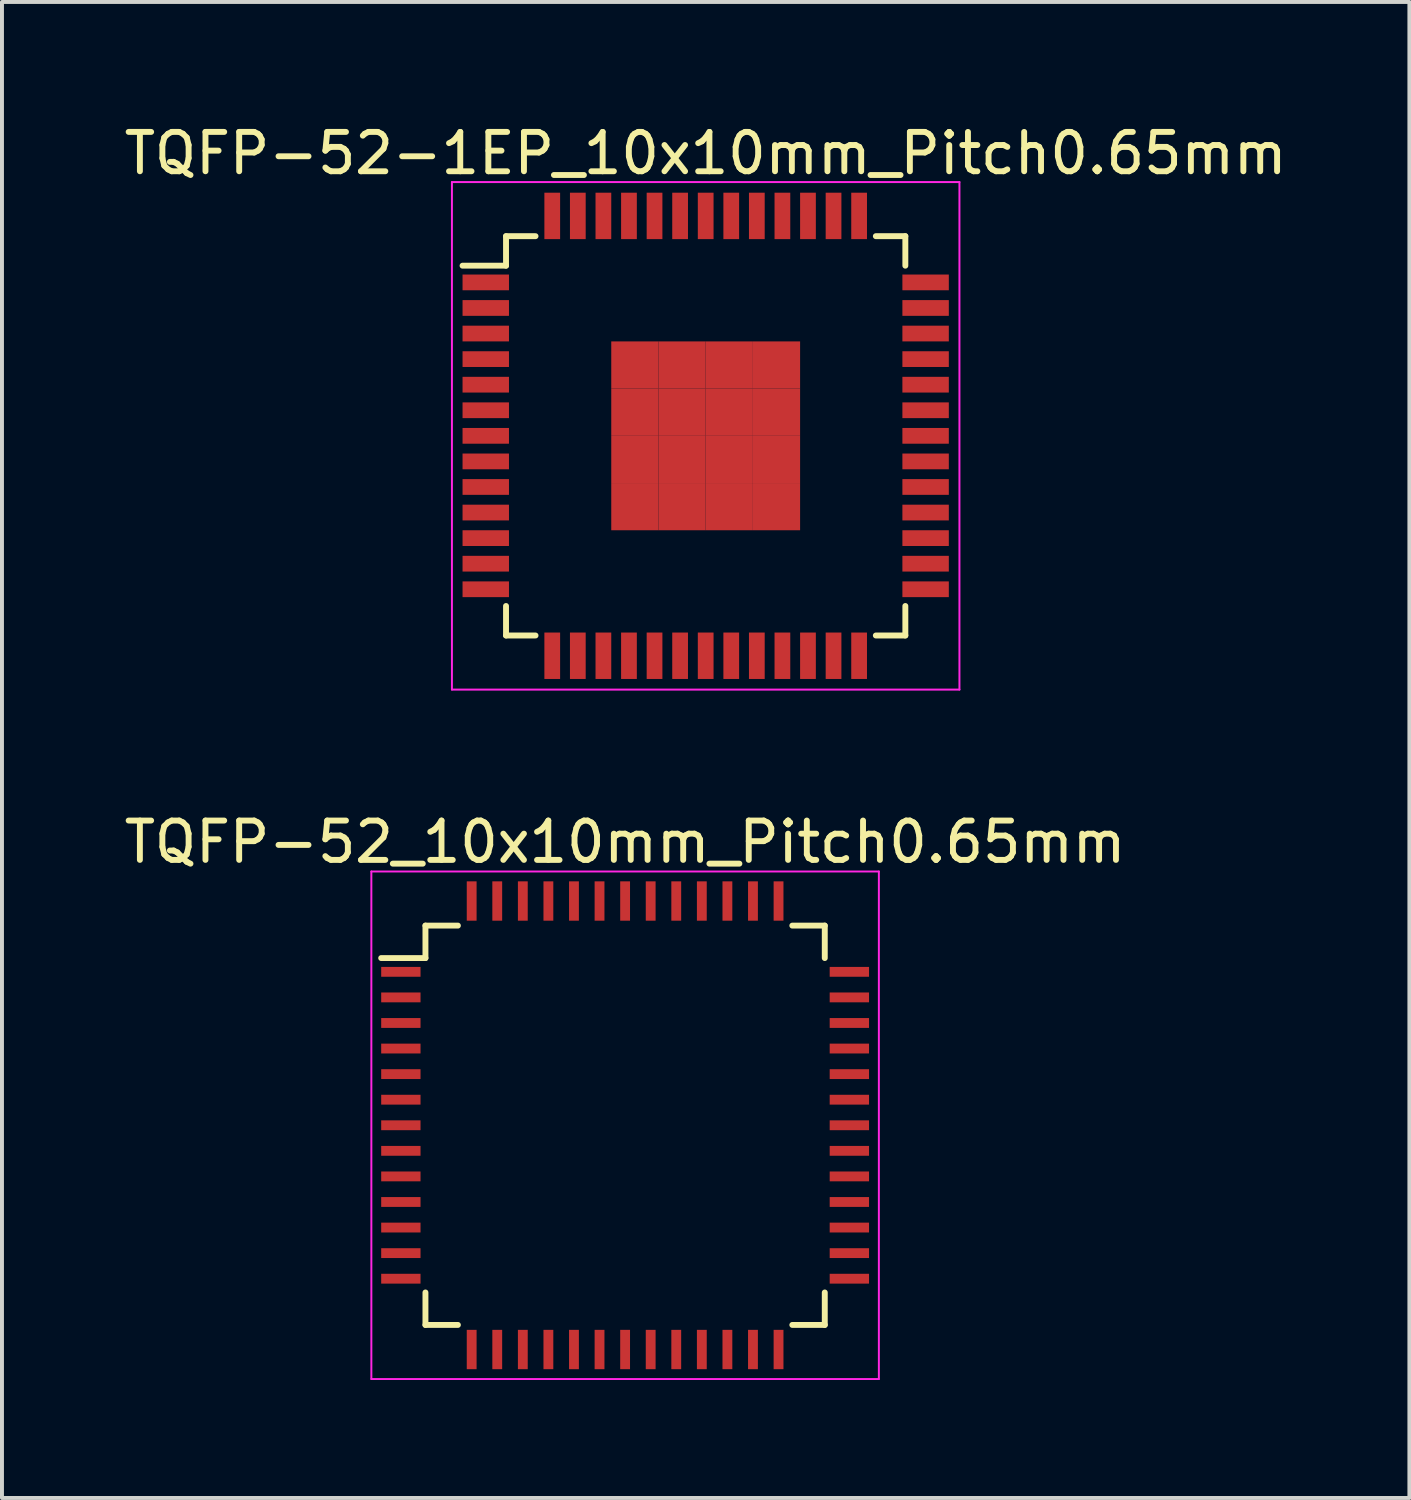
<source format=kicad_pcb>
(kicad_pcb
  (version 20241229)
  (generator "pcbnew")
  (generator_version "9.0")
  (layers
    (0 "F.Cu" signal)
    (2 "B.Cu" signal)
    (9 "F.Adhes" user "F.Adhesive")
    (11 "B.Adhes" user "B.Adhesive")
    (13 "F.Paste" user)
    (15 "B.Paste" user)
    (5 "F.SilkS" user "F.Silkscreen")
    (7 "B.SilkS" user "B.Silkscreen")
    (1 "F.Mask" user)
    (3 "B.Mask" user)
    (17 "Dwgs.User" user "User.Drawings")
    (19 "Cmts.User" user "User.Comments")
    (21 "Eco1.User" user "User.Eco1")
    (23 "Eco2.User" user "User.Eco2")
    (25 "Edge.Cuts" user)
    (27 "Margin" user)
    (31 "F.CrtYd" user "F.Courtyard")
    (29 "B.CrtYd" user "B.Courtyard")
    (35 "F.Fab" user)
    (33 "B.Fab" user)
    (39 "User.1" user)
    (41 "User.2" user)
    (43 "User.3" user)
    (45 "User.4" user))
  (footprint "TQFP-52_10x10mm_Pitch0.65mm"
    (layer "F.Cu")
    (at 12.839 25.552)
    (property "Reference" "TQFP-52_10x10mm_Pitch0.65mm" (at 0 -7.2 0) (layer "F.SilkS") (effects (font (size 1 1) (thickness 0.15))))
    (attr smd)
    (fp_line (start -5.075 -5.075) (end -5.075 -4.25) (stroke (width 0.15) (type solid)) (layer "F.SilkS"))
    (fp_line (start -5.075 -5.075) (end -4.25 -5.075) (stroke (width 0.15) (type solid)) (layer "F.SilkS"))
    (fp_line (start -5.075 -4.25) (end -6.2 -4.25) (stroke (width 0.15) (type solid)) (layer "F.SilkS"))
    (fp_line (start -5.075 5.075) (end -5.075 4.25) (stroke (width 0.15) (type solid)) (layer "F.SilkS"))
    (fp_line (start -5.075 5.075) (end -4.25 5.075) (stroke (width 0.15) (type solid)) (layer "F.SilkS"))
    (fp_line (start 5.075 -5.075) (end 4.25 -5.075) (stroke (width 0.15) (type solid)) (layer "F.SilkS"))
    (fp_line (start 5.075 -5.075) (end 5.075 -4.25) (stroke (width 0.15) (type solid)) (layer "F.SilkS"))
    (fp_line (start 5.075 5.075) (end 4.25 5.075) (stroke (width 0.15) (type solid)) (layer "F.SilkS"))
    (fp_line (start 5.075 5.075) (end 5.075 4.25) (stroke (width 0.15) (type solid)) (layer "F.SilkS"))
    (fp_line (start -6.45 -6.45) (end -6.45 6.45) (stroke (width 0.05) (type solid)) (layer "F.CrtYd"))
    (fp_line (start -6.45 -6.45) (end 6.45 -6.45) (stroke (width 0.05) (type solid)) (layer "F.CrtYd"))
    (fp_line (start -6.45 6.45) (end 6.45 6.45) (stroke (width 0.05) (type solid)) (layer "F.CrtYd"))
    (fp_line (start 6.45 -6.45) (end 6.45 6.45) (stroke (width 0.05) (type solid)) (layer "F.CrtYd"))
    (pad "1" smd rect (at -5.7 -3.9) (size 1 0.25) (layers "F.Cu" "F.Mask" "F.Paste"))
    (pad "2" smd rect (at -5.7 -3.25) (size 1 0.25) (layers "F.Cu" "F.Mask" "F.Paste"))
    (pad "3" smd rect (at -5.7 -2.6) (size 1 0.25) (layers "F.Cu" "F.Mask" "F.Paste"))
    (pad "4" smd rect (at -5.7 -1.95) (size 1 0.25) (layers "F.Cu" "F.Mask" "F.Paste"))
    (pad "5" smd rect (at -5.7 -1.3) (size 1 0.25) (layers "F.Cu" "F.Mask" "F.Paste"))
    (pad "6" smd rect (at -5.7 -0.65) (size 1 0.25) (layers "F.Cu" "F.Mask" "F.Paste"))
    (pad "7" smd rect (at -5.7 0) (size 1 0.25) (layers "F.Cu" "F.Mask" "F.Paste"))
    (pad "8" smd rect (at -5.7 0.65) (size 1 0.25) (layers "F.Cu" "F.Mask" "F.Paste"))
    (pad "9" smd rect (at -5.7 1.3) (size 1 0.25) (layers "F.Cu" "F.Mask" "F.Paste"))
    (pad "10" smd rect (at -5.7 1.95) (size 1 0.25) (layers "F.Cu" "F.Mask" "F.Paste"))
    (pad "11" smd rect (at -5.7 2.6) (size 1 0.25) (layers "F.Cu" "F.Mask" "F.Paste"))
    (pad "12" smd rect (at -5.7 3.25) (size 1 0.25) (layers "F.Cu" "F.Mask" "F.Paste"))
    (pad "13" smd rect (at -5.7 3.9) (size 1 0.25) (layers "F.Cu" "F.Mask" "F.Paste"))
    (pad "14" smd rect (at -3.9 5.7 90) (size 1 0.25) (layers "F.Cu" "F.Mask" "F.Paste"))
    (pad "15" smd rect (at -3.25 5.7 90) (size 1 0.25) (layers "F.Cu" "F.Mask" "F.Paste"))
    (pad "16" smd rect (at -2.6 5.7 90) (size 1 0.25) (layers "F.Cu" "F.Mask" "F.Paste"))
    (pad "17" smd rect (at -1.95 5.7 90) (size 1 0.25) (layers "F.Cu" "F.Mask" "F.Paste"))
    (pad "18" smd rect (at -1.3 5.7 90) (size 1 0.25) (layers "F.Cu" "F.Mask" "F.Paste"))
    (pad "19" smd rect (at -0.65 5.7 90) (size 1 0.25) (layers "F.Cu" "F.Mask" "F.Paste"))
    (pad "20" smd rect (at 0 5.7 90) (size 1 0.25) (layers "F.Cu" "F.Mask" "F.Paste"))
    (pad "21" smd rect (at 0.65 5.7 90) (size 1 0.25) (layers "F.Cu" "F.Mask" "F.Paste"))
    (pad "22" smd rect (at 1.3 5.7 90) (size 1 0.25) (layers "F.Cu" "F.Mask" "F.Paste"))
    (pad "23" smd rect (at 1.95 5.7 90) (size 1 0.25) (layers "F.Cu" "F.Mask" "F.Paste"))
    (pad "24" smd rect (at 2.6 5.7 90) (size 1 0.25) (layers "F.Cu" "F.Mask" "F.Paste"))
    (pad "25" smd rect (at 3.25 5.7 90) (size 1 0.25) (layers "F.Cu" "F.Mask" "F.Paste"))
    (pad "26" smd rect (at 3.9 5.7 90) (size 1 0.25) (layers "F.Cu" "F.Mask" "F.Paste"))
    (pad "27" smd rect (at 5.7 3.9) (size 1 0.25) (layers "F.Cu" "F.Mask" "F.Paste"))
    (pad "28" smd rect (at 5.7 3.25) (size 1 0.25) (layers "F.Cu" "F.Mask" "F.Paste"))
    (pad "29" smd rect (at 5.7 2.6) (size 1 0.25) (layers "F.Cu" "F.Mask" "F.Paste"))
    (pad "30" smd rect (at 5.7 1.95) (size 1 0.25) (layers "F.Cu" "F.Mask" "F.Paste"))
    (pad "31" smd rect (at 5.7 1.3) (size 1 0.25) (layers "F.Cu" "F.Mask" "F.Paste"))
    (pad "32" smd rect (at 5.7 0.65) (size 1 0.25) (layers "F.Cu" "F.Mask" "F.Paste"))
    (pad "33" smd rect (at 5.7 0) (size 1 0.25) (layers "F.Cu" "F.Mask" "F.Paste"))
    (pad "34" smd rect (at 5.7 -0.65) (size 1 0.25) (layers "F.Cu" "F.Mask" "F.Paste"))
    (pad "35" smd rect (at 5.7 -1.3) (size 1 0.25) (layers "F.Cu" "F.Mask" "F.Paste"))
    (pad "36" smd rect (at 5.7 -1.95) (size 1 0.25) (layers "F.Cu" "F.Mask" "F.Paste"))
    (pad "37" smd rect (at 5.7 -2.6) (size 1 0.25) (layers "F.Cu" "F.Mask" "F.Paste"))
    (pad "38" smd rect (at 5.7 -3.25) (size 1 0.25) (layers "F.Cu" "F.Mask" "F.Paste"))
    (pad "39" smd rect (at 5.7 -3.9) (size 1 0.25) (layers "F.Cu" "F.Mask" "F.Paste"))
    (pad "40" smd rect (at 3.9 -5.7 90) (size 1 0.25) (layers "F.Cu" "F.Mask" "F.Paste"))
    (pad "41" smd rect (at 3.25 -5.7 90) (size 1 0.25) (layers "F.Cu" "F.Mask" "F.Paste"))
    (pad "42" smd rect (at 2.6 -5.7 90) (size 1 0.25) (layers "F.Cu" "F.Mask" "F.Paste"))
    (pad "43" smd rect (at 1.95 -5.7 90) (size 1 0.25) (layers "F.Cu" "F.Mask" "F.Paste"))
    (pad "44" smd rect (at 1.3 -5.7 90) (size 1 0.25) (layers "F.Cu" "F.Mask" "F.Paste"))
    (pad "45" smd rect (at 0.65 -5.7 90) (size 1 0.25) (layers "F.Cu" "F.Mask" "F.Paste"))
    (pad "46" smd rect (at 0 -5.7 90) (size 1 0.25) (layers "F.Cu" "F.Mask" "F.Paste"))
    (pad "47" smd rect (at -0.65 -5.7 90) (size 1 0.25) (layers "F.Cu" "F.Mask" "F.Paste"))
    (pad "48" smd rect (at -1.3 -5.7 90) (size 1 0.25) (layers "F.Cu" "F.Mask" "F.Paste"))
    (pad "49" smd rect (at -1.95 -5.7 90) (size 1 0.25) (layers "F.Cu" "F.Mask" "F.Paste"))
    (pad "50" smd rect (at -2.6 -5.7 90) (size 1 0.25) (layers "F.Cu" "F.Mask" "F.Paste"))
    (pad "51" smd rect (at -3.25 -5.7 90) (size 1 0.25) (layers "F.Cu" "F.Mask" "F.Paste"))
    (pad "52" smd rect (at -3.9 -5.7 90) (size 1 0.25) (layers "F.Cu" "F.Mask" "F.Paste")))
  (footprint "TQFP-52-1EP_10x10mm_Pitch0.65mm"
    (layer "F.Cu")
    (at 14.887 8.028)
    (property "Reference" "TQFP-52-1EP_10x10mm_Pitch0.65mm" (at 0 -7.18 0) (layer "F.SilkS") (effects (font (size 1 1) (thickness 0.15))))
    (attr smd)
    (fp_line (start -5.075 -5.075) (end -5.075 -4.325) (stroke (width 0.15) (type solid)) (layer "F.SilkS"))
    (fp_line (start -5.075 -5.075) (end -4.325 -5.075) (stroke (width 0.15) (type solid)) (layer "F.SilkS"))
    (fp_line (start -5.075 -4.325) (end -6.18 -4.325) (stroke (width 0.15) (type solid)) (layer "F.SilkS"))
    (fp_line (start -5.075 5.075) (end -5.075 4.325) (stroke (width 0.15) (type solid)) (layer "F.SilkS"))
    (fp_line (start -5.075 5.075) (end -4.325 5.075) (stroke (width 0.15) (type solid)) (layer "F.SilkS"))
    (fp_line (start 5.075 -5.075) (end 4.325 -5.075) (stroke (width 0.15) (type solid)) (layer "F.SilkS"))
    (fp_line (start 5.075 -5.075) (end 5.075 -4.325) (stroke (width 0.15) (type solid)) (layer "F.SilkS"))
    (fp_line (start 5.075 5.075) (end 4.325 5.075) (stroke (width 0.15) (type solid)) (layer "F.SilkS"))
    (fp_line (start 5.075 5.075) (end 5.075 4.325) (stroke (width 0.15) (type solid)) (layer "F.SilkS"))
    (fp_line (start -6.45 -6.45) (end -6.45 6.45) (stroke (width 0.05) (type solid)) (layer "F.CrtYd"))
    (fp_line (start -6.45 -6.45) (end 6.45 -6.45) (stroke (width 0.05) (type solid)) (layer "F.CrtYd"))
    (fp_line (start -6.45 6.45) (end 6.45 6.45) (stroke (width 0.05) (type solid)) (layer "F.CrtYd"))
    (fp_line (start 6.45 -6.45) (end 6.45 6.45) (stroke (width 0.05) (type solid)) (layer "F.CrtYd"))
    (pad "1" smd rect (at -5.59 -3.9) (size 1.18 0.4) (layers "F.Cu" "F.Mask" "F.Paste"))
    (pad "2" smd rect (at -5.59 -3.25) (size 1.18 0.4) (layers "F.Cu" "F.Mask" "F.Paste"))
    (pad "3" smd rect (at -5.59 -2.6) (size 1.18 0.4) (layers "F.Cu" "F.Mask" "F.Paste"))
    (pad "4" smd rect (at -5.59 -1.95) (size 1.18 0.4) (layers "F.Cu" "F.Mask" "F.Paste"))
    (pad "5" smd rect (at -5.59 -1.3) (size 1.18 0.4) (layers "F.Cu" "F.Mask" "F.Paste"))
    (pad "6" smd rect (at -5.59 -0.65) (size 1.18 0.4) (layers "F.Cu" "F.Mask" "F.Paste"))
    (pad "7" smd rect (at -5.59 0) (size 1.18 0.4) (layers "F.Cu" "F.Mask" "F.Paste"))
    (pad "8" smd rect (at -5.59 0.65) (size 1.18 0.4) (layers "F.Cu" "F.Mask" "F.Paste"))
    (pad "9" smd rect (at -5.59 1.3) (size 1.18 0.4) (layers "F.Cu" "F.Mask" "F.Paste"))
    (pad "10" smd rect (at -5.59 1.95) (size 1.18 0.4) (layers "F.Cu" "F.Mask" "F.Paste"))
    (pad "11" smd rect (at -5.59 2.6) (size 1.18 0.4) (layers "F.Cu" "F.Mask" "F.Paste"))
    (pad "12" smd rect (at -5.59 3.25) (size 1.18 0.4) (layers "F.Cu" "F.Mask" "F.Paste"))
    (pad "13" smd rect (at -5.59 3.9) (size 1.18 0.4) (layers "F.Cu" "F.Mask" "F.Paste"))
    (pad "14" smd rect (at -3.9 5.59 90) (size 1.18 0.4) (layers "F.Cu" "F.Mask" "F.Paste"))
    (pad "15" smd rect (at -3.25 5.59 90) (size 1.18 0.4) (layers "F.Cu" "F.Mask" "F.Paste"))
    (pad "16" smd rect (at -2.6 5.59 90) (size 1.18 0.4) (layers "F.Cu" "F.Mask" "F.Paste"))
    (pad "17" smd rect (at -1.95 5.59 90) (size 1.18 0.4) (layers "F.Cu" "F.Mask" "F.Paste"))
    (pad "18" smd rect (at -1.3 5.59 90) (size 1.18 0.4) (layers "F.Cu" "F.Mask" "F.Paste"))
    (pad "19" smd rect (at -0.65 5.59 90) (size 1.18 0.4) (layers "F.Cu" "F.Mask" "F.Paste"))
    (pad "20" smd rect (at 0 5.59 90) (size 1.18 0.4) (layers "F.Cu" "F.Mask" "F.Paste"))
    (pad "21" smd rect (at 0.65 5.59 90) (size 1.18 0.4) (layers "F.Cu" "F.Mask" "F.Paste"))
    (pad "22" smd rect (at 1.3 5.59 90) (size 1.18 0.4) (layers "F.Cu" "F.Mask" "F.Paste"))
    (pad "23" smd rect (at 1.95 5.59 90) (size 1.18 0.4) (layers "F.Cu" "F.Mask" "F.Paste"))
    (pad "24" smd rect (at 2.6 5.59 90) (size 1.18 0.4) (layers "F.Cu" "F.Mask" "F.Paste"))
    (pad "25" smd rect (at 3.25 5.59 90) (size 1.18 0.4) (layers "F.Cu" "F.Mask" "F.Paste"))
    (pad "26" smd rect (at 3.9 5.59 90) (size 1.18 0.4) (layers "F.Cu" "F.Mask" "F.Paste"))
    (pad "27" smd rect (at 5.59 3.9) (size 1.18 0.4) (layers "F.Cu" "F.Mask" "F.Paste"))
    (pad "28" smd rect (at 5.59 3.25) (size 1.18 0.4) (layers "F.Cu" "F.Mask" "F.Paste"))
    (pad "29" smd rect (at 5.59 2.6) (size 1.18 0.4) (layers "F.Cu" "F.Mask" "F.Paste"))
    (pad "30" smd rect (at 5.59 1.95) (size 1.18 0.4) (layers "F.Cu" "F.Mask" "F.Paste"))
    (pad "31" smd rect (at 5.59 1.3) (size 1.18 0.4) (layers "F.Cu" "F.Mask" "F.Paste"))
    (pad "32" smd rect (at 5.59 0.65) (size 1.18 0.4) (layers "F.Cu" "F.Mask" "F.Paste"))
    (pad "33" smd rect (at 5.59 0) (size 1.18 0.4) (layers "F.Cu" "F.Mask" "F.Paste"))
    (pad "34" smd rect (at 5.59 -0.65) (size 1.18 0.4) (layers "F.Cu" "F.Mask" "F.Paste"))
    (pad "35" smd rect (at 5.59 -1.3) (size 1.18 0.4) (layers "F.Cu" "F.Mask" "F.Paste"))
    (pad "36" smd rect (at 5.59 -1.95) (size 1.18 0.4) (layers "F.Cu" "F.Mask" "F.Paste"))
    (pad "37" smd rect (at 5.59 -2.6) (size 1.18 0.4) (layers "F.Cu" "F.Mask" "F.Paste"))
    (pad "38" smd rect (at 5.59 -3.25) (size 1.18 0.4) (layers "F.Cu" "F.Mask" "F.Paste"))
    (pad "39" smd rect (at 5.59 -3.9) (size 1.18 0.4) (layers "F.Cu" "F.Mask" "F.Paste"))
    (pad "40" smd rect (at 3.9 -5.59 90) (size 1.18 0.4) (layers "F.Cu" "F.Mask" "F.Paste"))
    (pad "41" smd rect (at 3.25 -5.59 90) (size 1.18 0.4) (layers "F.Cu" "F.Mask" "F.Paste"))
    (pad "42" smd rect (at 2.6 -5.59 90) (size 1.18 0.4) (layers "F.Cu" "F.Mask" "F.Paste"))
    (pad "43" smd rect (at 1.95 -5.59 90) (size 1.18 0.4) (layers "F.Cu" "F.Mask" "F.Paste"))
    (pad "44" smd rect (at 1.3 -5.59 90) (size 1.18 0.4) (layers "F.Cu" "F.Mask" "F.Paste"))
    (pad "45" smd rect (at 0.65 -5.59 90) (size 1.18 0.4) (layers "F.Cu" "F.Mask" "F.Paste"))
    (pad "46" smd rect (at 0 -5.59 90) (size 1.18 0.4) (layers "F.Cu" "F.Mask" "F.Paste"))
    (pad "47" smd rect (at -0.65 -5.59 90) (size 1.18 0.4) (layers "F.Cu" "F.Mask" "F.Paste"))
    (pad "48" smd rect (at -1.3 -5.59 90) (size 1.18 0.4) (layers "F.Cu" "F.Mask" "F.Paste"))
    (pad "49" smd rect (at -1.95 -5.59 90) (size 1.18 0.4) (layers "F.Cu" "F.Mask" "F.Paste"))
    (pad "50" smd rect (at -2.6 -5.59 90) (size 1.18 0.4) (layers "F.Cu" "F.Mask" "F.Paste"))
    (pad "51" smd rect (at -3.25 -5.59 90) (size 1.18 0.4) (layers "F.Cu" "F.Mask" "F.Paste"))
    (pad "52" smd rect (at -3.9 -5.59 90) (size 1.18 0.4) (layers "F.Cu" "F.Mask" "F.Paste"))
    (pad "53" smd rect (at -1.8 -1.8) (size 1.2 1.2) (layers "F.Cu" "F.Mask" "F.Paste"))
    (pad "53" smd rect (at -1.8 -0.6) (size 1.2 1.2) (layers "F.Cu" "F.Mask" "F.Paste"))
    (pad "53" smd rect (at -1.8 0.6) (size 1.2 1.2) (layers "F.Cu" "F.Mask" "F.Paste"))
    (pad "53" smd rect (at -1.8 1.8) (size 1.2 1.2) (layers "F.Cu" "F.Mask" "F.Paste"))
    (pad "53" smd rect (at -0.6 -1.8) (size 1.2 1.2) (layers "F.Cu" "F.Mask" "F.Paste"))
    (pad "53" smd rect (at -0.6 -0.6) (size 1.2 1.2) (layers "F.Cu" "F.Mask" "F.Paste"))
    (pad "53" smd rect (at -0.6 0.6) (size 1.2 1.2) (layers "F.Cu" "F.Mask" "F.Paste"))
    (pad "53" smd rect (at -0.6 1.8) (size 1.2 1.2) (layers "F.Cu" "F.Mask" "F.Paste"))
    (pad "53" smd rect (at 0.6 -1.8) (size 1.2 1.2) (layers "F.Cu" "F.Mask" "F.Paste"))
    (pad "53" smd rect (at 0.6 -0.6) (size 1.2 1.2) (layers "F.Cu" "F.Mask" "F.Paste"))
    (pad "53" smd rect (at 0.6 0.6) (size 1.2 1.2) (layers "F.Cu" "F.Mask" "F.Paste"))
    (pad "53" smd rect (at 0.6 1.8) (size 1.2 1.2) (layers "F.Cu" "F.Mask" "F.Paste"))
    (pad "53" smd rect (at 1.8 -1.8) (size 1.2 1.2) (layers "F.Cu" "F.Mask" "F.Paste"))
    (pad "53" smd rect (at 1.8 -0.6) (size 1.2 1.2) (layers "F.Cu" "F.Mask" "F.Paste"))
    (pad "53" smd rect (at 1.8 0.6) (size 1.2 1.2) (layers "F.Cu" "F.Mask" "F.Paste"))
    (pad "53" smd rect (at 1.8 1.8) (size 1.2 1.2) (layers "F.Cu" "F.Mask" "F.Paste")))
  (gr_rect
    (start -3 -3)
    (end 32.774 35.026)
    (stroke (width 0.1) (type default))
    (fill no)
    (layer "Edge.Cuts")))
</source>
